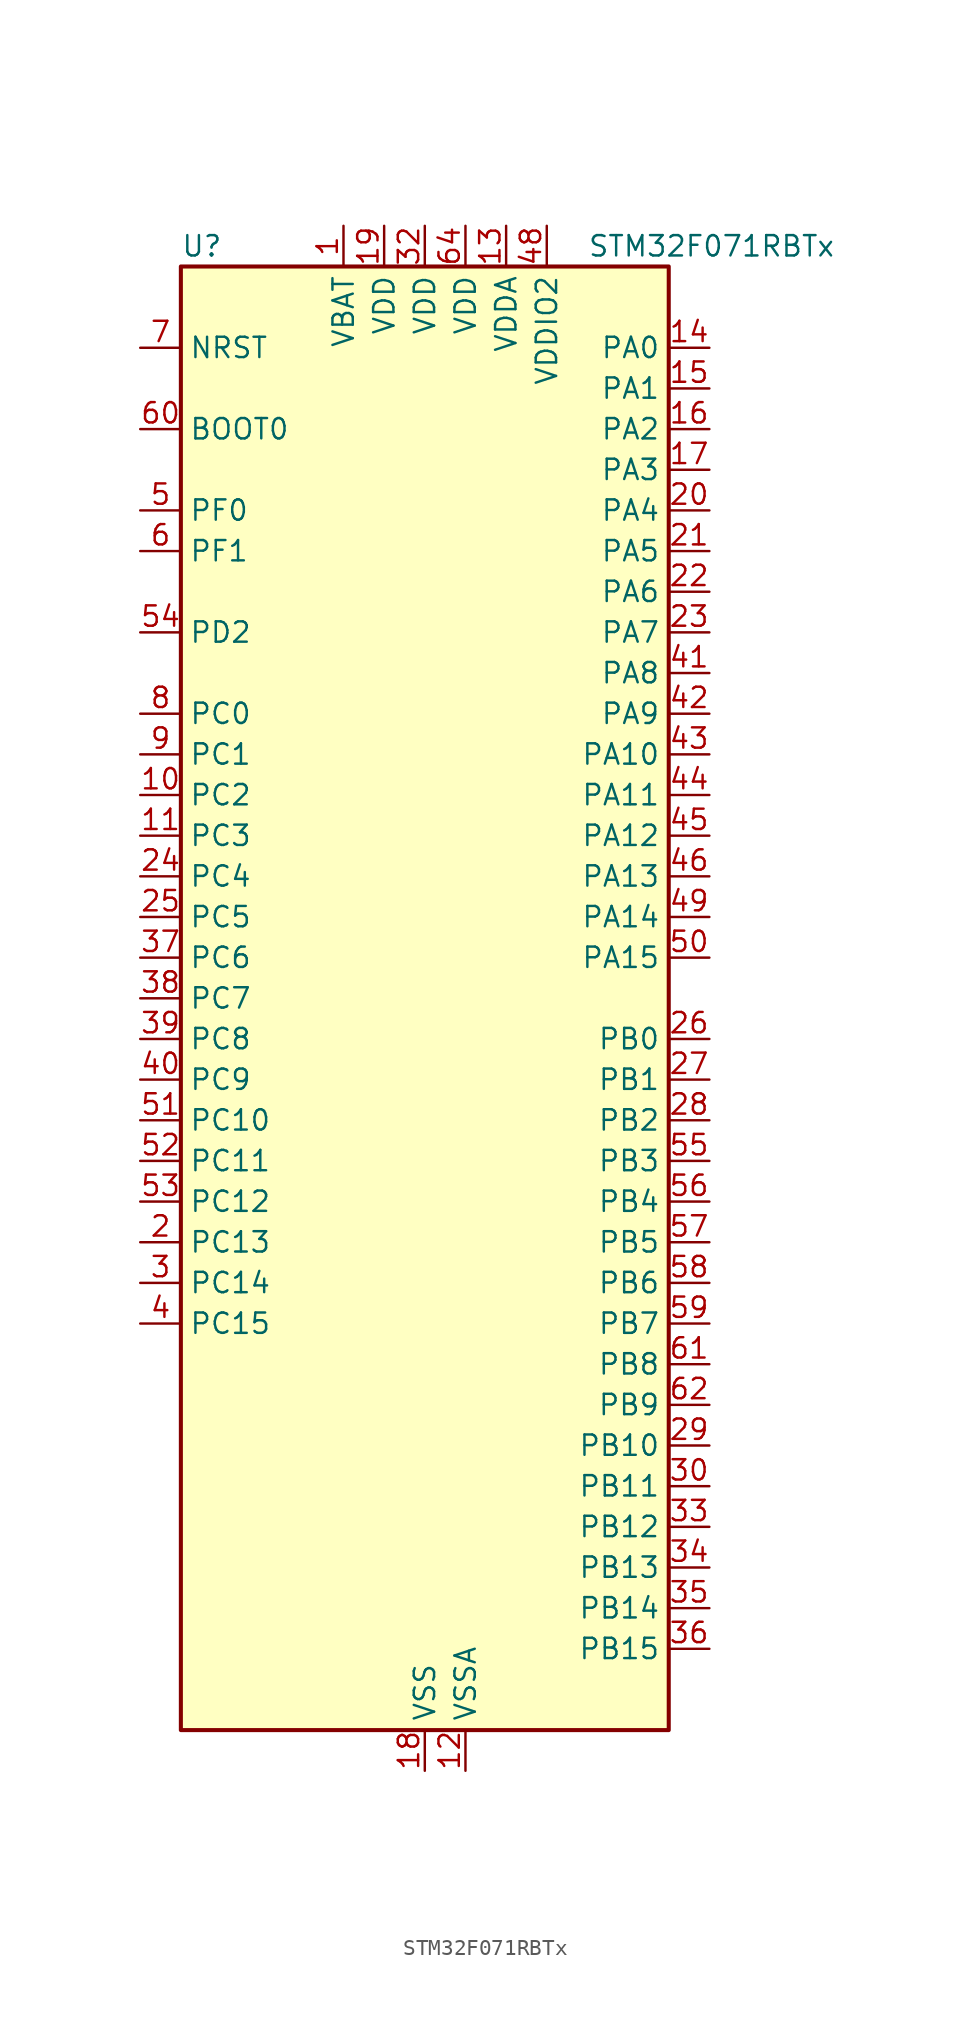
<source format=kicad_sym>
(kicad_symbol_lib
  (version 20241209)
  (generator "kicad_symbol_editor")
  (generator_version "9.0")
  (symbol "STM32F071RBTx"
    (property "Reference" "U"
      (at -15.24 46.99 0)
      (effects (font (size 1.27 1.27)) (justify left)))
    (property "Value" "STM32F071RBTx"
      (at 10.16 46.99 0)
      (effects (font (size 1.27 1.27)) (justify left)))
    (symbol "STM32F071RBTx_0_1"
      (rectangle (start -15.24 -45.72) (end 15.24 45.72) (stroke (width 0.254) (type default)) (fill (type background))))
    (symbol "STM32F071RBTx_1_1"
      (pin input line (at -17.78 40.64 0) (length 2.54) (name "NRST" (effects (font (size 1.27 1.27)))) (number "7" (effects (font (size 1.27 1.27)))))
      (pin input line (at -17.78 35.56 0) (length 2.54) (name "BOOT0" (effects (font (size 1.27 1.27)))) (number "60" (effects (font (size 1.27 1.27)))))
      (pin bidirectional line (at -17.78 30.48 0) (length 2.54) (name "PF0" (effects (font (size 1.27 1.27)))) (number "5" (effects (font (size 1.27 1.27)))) (alternate "CRS_SYNC" bidirectional line) (alternate "RCC_OSC_IN" bidirectional line))
      (pin bidirectional line (at -17.78 27.94 0) (length 2.54) (name "PF1" (effects (font (size 1.27 1.27)))) (number "6" (effects (font (size 1.27 1.27)))) (alternate "RCC_OSC_OUT" bidirectional line))
      (pin bidirectional line (at -17.78 22.86 0) (length 2.54) (name "PD2" (effects (font (size 1.27 1.27)))) (number "54" (effects (font (size 1.27 1.27)))) (alternate "TIM3_ETR" bidirectional line) (alternate "USART3_DE" bidirectional line) (alternate "USART3_RTS" bidirectional line))
      (pin bidirectional line (at -17.78 17.78 0) (length 2.54) (name "PC0" (effects (font (size 1.27 1.27)))) (number "8" (effects (font (size 1.27 1.27)))) (alternate "ADC_IN10" bidirectional line))
      (pin bidirectional line (at -17.78 15.24 0) (length 2.54) (name "PC1" (effects (font (size 1.27 1.27)))) (number "9" (effects (font (size 1.27 1.27)))) (alternate "ADC_IN11" bidirectional line))
      (pin bidirectional line (at -17.78 12.7 0) (length 2.54) (name "PC2" (effects (font (size 1.27 1.27)))) (number "10" (effects (font (size 1.27 1.27)))) (alternate "ADC_IN12" bidirectional line) (alternate "I2S2_MCK" bidirectional line) (alternate "SPI2_MISO" bidirectional line))
      (pin bidirectional line (at -17.78 10.16 0) (length 2.54) (name "PC3" (effects (font (size 1.27 1.27)))) (number "11" (effects (font (size 1.27 1.27)))) (alternate "ADC_IN13" bidirectional line) (alternate "I2S2_SD" bidirectional line) (alternate "SPI2_MOSI" bidirectional line))
      (pin bidirectional line (at -17.78 7.62 0) (length 2.54) (name "PC4" (effects (font (size 1.27 1.27)))) (number "24" (effects (font (size 1.27 1.27)))) (alternate "ADC_IN14" bidirectional line) (alternate "USART3_TX" bidirectional line))
      (pin bidirectional line (at -17.78 5.08 0) (length 2.54) (name "PC5" (effects (font (size 1.27 1.27)))) (number "25" (effects (font (size 1.27 1.27)))) (alternate "ADC_IN15" bidirectional line) (alternate "SYS_WKUP5" bidirectional line) (alternate "TSC_G3_IO1" bidirectional line) (alternate "USART3_RX" bidirectional line))
      (pin bidirectional line (at -17.78 2.54 0) (length 2.54) (name "PC6" (effects (font (size 1.27 1.27)))) (number "37" (effects (font (size 1.27 1.27)))) (alternate "TIM3_CH1" bidirectional line))
      (pin bidirectional line (at -17.78 0 0) (length 2.54) (name "PC7" (effects (font (size 1.27 1.27)))) (number "38" (effects (font (size 1.27 1.27)))) (alternate "TIM3_CH2" bidirectional line))
      (pin bidirectional line (at -17.78 -2.54 0) (length 2.54) (name "PC8" (effects (font (size 1.27 1.27)))) (number "39" (effects (font (size 1.27 1.27)))) (alternate "TIM3_CH3" bidirectional line))
      (pin bidirectional line (at -17.78 -5.08 0) (length 2.54) (name "PC9" (effects (font (size 1.27 1.27)))) (number "40" (effects (font (size 1.27 1.27)))) (alternate "DAC_EXTI9" bidirectional line) (alternate "TIM3_CH4" bidirectional line))
      (pin bidirectional line (at -17.78 -7.62 0) (length 2.54) (name "PC10" (effects (font (size 1.27 1.27)))) (number "51" (effects (font (size 1.27 1.27)))) (alternate "USART3_TX" bidirectional line) (alternate "USART4_TX" bidirectional line))
      (pin bidirectional line (at -17.78 -10.16 0) (length 2.54) (name "PC11" (effects (font (size 1.27 1.27)))) (number "52" (effects (font (size 1.27 1.27)))) (alternate "USART3_RX" bidirectional line) (alternate "USART4_RX" bidirectional line))
      (pin bidirectional line (at -17.78 -12.7 0) (length 2.54) (name "PC12" (effects (font (size 1.27 1.27)))) (number "53" (effects (font (size 1.27 1.27)))) (alternate "USART3_CK" bidirectional line) (alternate "USART4_CK" bidirectional line))
      (pin bidirectional line (at -17.78 -15.24 0) (length 2.54) (name "PC13" (effects (font (size 1.27 1.27)))) (number "2" (effects (font (size 1.27 1.27)))) (alternate "RTC_OUT_ALARM" bidirectional line) (alternate "RTC_OUT_CALIB" bidirectional line) (alternate "RTC_TAMP1" bidirectional line) (alternate "RTC_TS" bidirectional line) (alternate "SYS_WKUP2" bidirectional line))
      (pin bidirectional line (at -17.78 -17.78 0) (length 2.54) (name "PC14" (effects (font (size 1.27 1.27)))) (number "3" (effects (font (size 1.27 1.27)))) (alternate "RCC_OSC32_IN" bidirectional line))
      (pin bidirectional line (at -17.78 -20.32 0) (length 2.54) (name "PC15" (effects (font (size 1.27 1.27)))) (number "4" (effects (font (size 1.27 1.27)))) (alternate "RCC_OSC32_OUT" bidirectional line))
      (pin power_in line (at -5.08 48.26 270) (length 2.54) (name "VBAT" (effects (font (size 1.27 1.27)))) (number "1" (effects (font (size 1.27 1.27)))))
      (pin power_in line (at -2.54 48.26 270) (length 2.54) (name "VDD" (effects (font (size 1.27 1.27)))) (number "19" (effects (font (size 1.27 1.27)))))
      (pin power_in line (at 0 48.26 270) (length 2.54) (name "VDD" (effects (font (size 1.27 1.27)))) (number "32" (effects (font (size 1.27 1.27)))))
      (pin power_in line (at 0 -48.26 90) (length 2.54) (name "VSS" (effects (font (size 1.27 1.27)))) (number "18" (effects (font (size 1.27 1.27)))))
      (pin passive line (at 0 -48.26 90) (length 2.54) (hide yes) (name "VSS" (effects (font (size 1.27 1.27)))) (number "31" (effects (font (size 1.27 1.27)))))
      (pin passive line (at 0 -48.26 90) (length 2.54) (hide yes) (name "VSS" (effects (font (size 1.27 1.27)))) (number "47" (effects (font (size 1.27 1.27)))))
      (pin passive line (at 0 -48.26 90) (length 2.54) (hide yes) (name "VSS" (effects (font (size 1.27 1.27)))) (number "63" (effects (font (size 1.27 1.27)))))
      (pin power_in line (at 2.54 48.26 270) (length 2.54) (name "VDD" (effects (font (size 1.27 1.27)))) (number "64" (effects (font (size 1.27 1.27)))))
      (pin power_in line (at 2.54 -48.26 90) (length 2.54) (name "VSSA" (effects (font (size 1.27 1.27)))) (number "12" (effects (font (size 1.27 1.27)))))
      (pin power_in line (at 5.08 48.26 270) (length 2.54) (name "VDDA" (effects (font (size 1.27 1.27)))) (number "13" (effects (font (size 1.27 1.27)))))
      (pin power_in line (at 7.62 48.26 270) (length 2.54) (name "VDDIO2" (effects (font (size 1.27 1.27)))) (number "48" (effects (font (size 1.27 1.27)))))
      (pin bidirectional line (at 17.78 40.64 180) (length 2.54) (name "PA0" (effects (font (size 1.27 1.27)))) (number "14" (effects (font (size 1.27 1.27)))) (alternate "ADC_IN0" bidirectional line) (alternate "COMP1_INM" bidirectional line) (alternate "COMP1_OUT" bidirectional line) (alternate "RTC_TAMP2" bidirectional line) (alternate "SYS_WKUP1" bidirectional line) (alternate "TIM2_CH1" bidirectional line) (alternate "TIM2_ETR" bidirectional line) (alternate "TSC_G1_IO1" bidirectional line) (alternate "USART2_CTS" bidirectional line) (alternate "USART4_TX" bidirectional line))
      (pin bidirectional line (at 17.78 38.1 180) (length 2.54) (name "PA1" (effects (font (size 1.27 1.27)))) (number "15" (effects (font (size 1.27 1.27)))) (alternate "ADC_IN1" bidirectional line) (alternate "COMP1_INP" bidirectional line) (alternate "TIM15_CH1N" bidirectional line) (alternate "TIM2_CH2" bidirectional line) (alternate "TSC_G1_IO2" bidirectional line) (alternate "USART2_DE" bidirectional line) (alternate "USART2_RTS" bidirectional line) (alternate "USART4_RX" bidirectional line))
      (pin bidirectional line (at 17.78 35.56 180) (length 2.54) (name "PA2" (effects (font (size 1.27 1.27)))) (number "16" (effects (font (size 1.27 1.27)))) (alternate "ADC_IN2" bidirectional line) (alternate "COMP2_INM" bidirectional line) (alternate "COMP2_OUT" bidirectional line) (alternate "SYS_WKUP4" bidirectional line) (alternate "TIM15_CH1" bidirectional line) (alternate "TIM2_CH3" bidirectional line) (alternate "TSC_G1_IO3" bidirectional line) (alternate "USART2_TX" bidirectional line))
      (pin bidirectional line (at 17.78 33.02 180) (length 2.54) (name "PA3" (effects (font (size 1.27 1.27)))) (number "17" (effects (font (size 1.27 1.27)))) (alternate "ADC_IN3" bidirectional line) (alternate "COMP2_INP" bidirectional line) (alternate "TIM15_CH2" bidirectional line) (alternate "TIM2_CH4" bidirectional line) (alternate "TSC_G1_IO4" bidirectional line) (alternate "USART2_RX" bidirectional line))
      (pin bidirectional line (at 17.78 30.48 180) (length 2.54) (name "PA4" (effects (font (size 1.27 1.27)))) (number "20" (effects (font (size 1.27 1.27)))) (alternate "ADC_IN4" bidirectional line) (alternate "COMP1_INM" bidirectional line) (alternate "COMP2_INM" bidirectional line) (alternate "DAC_OUT1" bidirectional line) (alternate "I2S1_WS" bidirectional line) (alternate "SPI1_NSS" bidirectional line) (alternate "TIM14_CH1" bidirectional line) (alternate "TSC_G2_IO1" bidirectional line) (alternate "USART2_CK" bidirectional line))
      (pin bidirectional line (at 17.78 27.94 180) (length 2.54) (name "PA5" (effects (font (size 1.27 1.27)))) (number "21" (effects (font (size 1.27 1.27)))) (alternate "ADC_IN5" bidirectional line) (alternate "CEC" bidirectional line) (alternate "COMP1_INM" bidirectional line) (alternate "COMP2_INM" bidirectional line) (alternate "DAC_OUT2" bidirectional line) (alternate "I2S1_CK" bidirectional line) (alternate "SPI1_SCK" bidirectional line) (alternate "TIM2_CH1" bidirectional line) (alternate "TIM2_ETR" bidirectional line) (alternate "TSC_G2_IO2" bidirectional line))
      (pin bidirectional line (at 17.78 25.4 180) (length 2.54) (name "PA6" (effects (font (size 1.27 1.27)))) (number "22" (effects (font (size 1.27 1.27)))) (alternate "ADC_IN6" bidirectional line) (alternate "COMP1_OUT" bidirectional line) (alternate "I2S1_MCK" bidirectional line) (alternate "SPI1_MISO" bidirectional line) (alternate "TIM16_CH1" bidirectional line) (alternate "TIM1_BKIN" bidirectional line) (alternate "TIM3_CH1" bidirectional line) (alternate "TSC_G2_IO3" bidirectional line) (alternate "USART3_CTS" bidirectional line))
      (pin bidirectional line (at 17.78 22.86 180) (length 2.54) (name "PA7" (effects (font (size 1.27 1.27)))) (number "23" (effects (font (size 1.27 1.27)))) (alternate "ADC_IN7" bidirectional line) (alternate "COMP2_OUT" bidirectional line) (alternate "I2S1_SD" bidirectional line) (alternate "SPI1_MOSI" bidirectional line) (alternate "TIM14_CH1" bidirectional line) (alternate "TIM17_CH1" bidirectional line) (alternate "TIM1_CH1N" bidirectional line) (alternate "TIM3_CH2" bidirectional line) (alternate "TSC_G2_IO4" bidirectional line))
      (pin bidirectional line (at 17.78 20.32 180) (length 2.54) (name "PA8" (effects (font (size 1.27 1.27)))) (number "41" (effects (font (size 1.27 1.27)))) (alternate "CRS_SYNC" bidirectional line) (alternate "RCC_MCO" bidirectional line) (alternate "TIM1_CH1" bidirectional line) (alternate "USART1_CK" bidirectional line))
      (pin bidirectional line (at 17.78 17.78 180) (length 2.54) (name "PA9" (effects (font (size 1.27 1.27)))) (number "42" (effects (font (size 1.27 1.27)))) (alternate "DAC_EXTI9" bidirectional line) (alternate "TIM15_BKIN" bidirectional line) (alternate "TIM1_CH2" bidirectional line) (alternate "TSC_G4_IO1" bidirectional line) (alternate "USART1_TX" bidirectional line))
      (pin bidirectional line (at 17.78 15.24 180) (length 2.54) (name "PA10" (effects (font (size 1.27 1.27)))) (number "43" (effects (font (size 1.27 1.27)))) (alternate "TIM17_BKIN" bidirectional line) (alternate "TIM1_CH3" bidirectional line) (alternate "TSC_G4_IO2" bidirectional line) (alternate "USART1_RX" bidirectional line))
      (pin bidirectional line (at 17.78 12.7 180) (length 2.54) (name "PA11" (effects (font (size 1.27 1.27)))) (number "44" (effects (font (size 1.27 1.27)))) (alternate "COMP1_OUT" bidirectional line) (alternate "TIM1_CH4" bidirectional line) (alternate "TSC_G4_IO3" bidirectional line) (alternate "USART1_CTS" bidirectional line))
      (pin bidirectional line (at 17.78 10.16 180) (length 2.54) (name "PA12" (effects (font (size 1.27 1.27)))) (number "45" (effects (font (size 1.27 1.27)))) (alternate "COMP2_OUT" bidirectional line) (alternate "TIM1_ETR" bidirectional line) (alternate "TSC_G4_IO4" bidirectional line) (alternate "USART1_DE" bidirectional line) (alternate "USART1_RTS" bidirectional line))
      (pin bidirectional line (at 17.78 7.62 180) (length 2.54) (name "PA13" (effects (font (size 1.27 1.27)))) (number "46" (effects (font (size 1.27 1.27)))) (alternate "IR_OUT" bidirectional line) (alternate "SYS_SWDIO" bidirectional line))
      (pin bidirectional line (at 17.78 5.08 180) (length 2.54) (name "PA14" (effects (font (size 1.27 1.27)))) (number "49" (effects (font (size 1.27 1.27)))) (alternate "SYS_SWCLK" bidirectional line) (alternate "USART2_TX" bidirectional line))
      (pin bidirectional line (at 17.78 2.54 180) (length 2.54) (name "PA15" (effects (font (size 1.27 1.27)))) (number "50" (effects (font (size 1.27 1.27)))) (alternate "I2S1_WS" bidirectional line) (alternate "SPI1_NSS" bidirectional line) (alternate "TIM2_CH1" bidirectional line) (alternate "TIM2_ETR" bidirectional line) (alternate "USART2_RX" bidirectional line) (alternate "USART4_DE" bidirectional line) (alternate "USART4_RTS" bidirectional line))
      (pin bidirectional line (at 17.78 -2.54 180) (length 2.54) (name "PB0" (effects (font (size 1.27 1.27)))) (number "26" (effects (font (size 1.27 1.27)))) (alternate "ADC_IN8" bidirectional line) (alternate "TIM1_CH2N" bidirectional line) (alternate "TIM3_CH3" bidirectional line) (alternate "TSC_G3_IO2" bidirectional line) (alternate "USART3_CK" bidirectional line))
      (pin bidirectional line (at 17.78 -5.08 180) (length 2.54) (name "PB1" (effects (font (size 1.27 1.27)))) (number "27" (effects (font (size 1.27 1.27)))) (alternate "ADC_IN9" bidirectional line) (alternate "TIM14_CH1" bidirectional line) (alternate "TIM1_CH3N" bidirectional line) (alternate "TIM3_CH4" bidirectional line) (alternate "TSC_G3_IO3" bidirectional line) (alternate "USART3_DE" bidirectional line) (alternate "USART3_RTS" bidirectional line))
      (pin bidirectional line (at 17.78 -7.62 180) (length 2.54) (name "PB2" (effects (font (size 1.27 1.27)))) (number "28" (effects (font (size 1.27 1.27)))) (alternate "TSC_G3_IO4" bidirectional line))
      (pin bidirectional line (at 17.78 -10.16 180) (length 2.54) (name "PB3" (effects (font (size 1.27 1.27)))) (number "55" (effects (font (size 1.27 1.27)))) (alternate "I2S1_CK" bidirectional line) (alternate "SPI1_SCK" bidirectional line) (alternate "TIM2_CH2" bidirectional line) (alternate "TSC_G5_IO1" bidirectional line))
      (pin bidirectional line (at 17.78 -12.7 180) (length 2.54) (name "PB4" (effects (font (size 1.27 1.27)))) (number "56" (effects (font (size 1.27 1.27)))) (alternate "I2S1_MCK" bidirectional line) (alternate "SPI1_MISO" bidirectional line) (alternate "TIM17_BKIN" bidirectional line) (alternate "TIM3_CH1" bidirectional line) (alternate "TSC_G5_IO2" bidirectional line))
      (pin bidirectional line (at 17.78 -15.24 180) (length 2.54) (name "PB5" (effects (font (size 1.27 1.27)))) (number "57" (effects (font (size 1.27 1.27)))) (alternate "I2C1_SMBA" bidirectional line) (alternate "I2S1_SD" bidirectional line) (alternate "SPI1_MOSI" bidirectional line) (alternate "SYS_WKUP6" bidirectional line) (alternate "TIM16_BKIN" bidirectional line) (alternate "TIM3_CH2" bidirectional line))
      (pin bidirectional line (at 17.78 -17.78 180) (length 2.54) (name "PB6" (effects (font (size 1.27 1.27)))) (number "58" (effects (font (size 1.27 1.27)))) (alternate "I2C1_SCL" bidirectional line) (alternate "TIM16_CH1N" bidirectional line) (alternate "TSC_G5_IO3" bidirectional line) (alternate "USART1_TX" bidirectional line))
      (pin bidirectional line (at 17.78 -20.32 180) (length 2.54) (name "PB7" (effects (font (size 1.27 1.27)))) (number "59" (effects (font (size 1.27 1.27)))) (alternate "I2C1_SDA" bidirectional line) (alternate "TIM17_CH1N" bidirectional line) (alternate "TSC_G5_IO4" bidirectional line) (alternate "USART1_RX" bidirectional line) (alternate "USART4_CTS" bidirectional line))
      (pin bidirectional line (at 17.78 -22.86 180) (length 2.54) (name "PB8" (effects (font (size 1.27 1.27)))) (number "61" (effects (font (size 1.27 1.27)))) (alternate "CEC" bidirectional line) (alternate "I2C1_SCL" bidirectional line) (alternate "TIM16_CH1" bidirectional line) (alternate "TSC_SYNC" bidirectional line))
      (pin bidirectional line (at 17.78 -25.4 180) (length 2.54) (name "PB9" (effects (font (size 1.27 1.27)))) (number "62" (effects (font (size 1.27 1.27)))) (alternate "DAC_EXTI9" bidirectional line) (alternate "I2C1_SDA" bidirectional line) (alternate "I2S2_WS" bidirectional line) (alternate "IR_OUT" bidirectional line) (alternate "SPI2_NSS" bidirectional line) (alternate "TIM17_CH1" bidirectional line))
      (pin bidirectional line (at 17.78 -27.94 180) (length 2.54) (name "PB10" (effects (font (size 1.27 1.27)))) (number "29" (effects (font (size 1.27 1.27)))) (alternate "CEC" bidirectional line) (alternate "I2C2_SCL" bidirectional line) (alternate "I2S2_CK" bidirectional line) (alternate "SPI2_SCK" bidirectional line) (alternate "TIM2_CH3" bidirectional line) (alternate "TSC_SYNC" bidirectional line) (alternate "USART3_TX" bidirectional line))
      (pin bidirectional line (at 17.78 -30.48 180) (length 2.54) (name "PB11" (effects (font (size 1.27 1.27)))) (number "30" (effects (font (size 1.27 1.27)))) (alternate "I2C2_SDA" bidirectional line) (alternate "TIM2_CH4" bidirectional line) (alternate "TSC_G6_IO1" bidirectional line) (alternate "USART3_RX" bidirectional line))
      (pin bidirectional line (at 17.78 -33.02 180) (length 2.54) (name "PB12" (effects (font (size 1.27 1.27)))) (number "33" (effects (font (size 1.27 1.27)))) (alternate "I2S2_WS" bidirectional line) (alternate "SPI2_NSS" bidirectional line) (alternate "TIM15_BKIN" bidirectional line) (alternate "TIM1_BKIN" bidirectional line) (alternate "TSC_G6_IO2" bidirectional line) (alternate "USART3_CK" bidirectional line))
      (pin bidirectional line (at 17.78 -35.56 180) (length 2.54) (name "PB13" (effects (font (size 1.27 1.27)))) (number "34" (effects (font (size 1.27 1.27)))) (alternate "I2C2_SCL" bidirectional line) (alternate "I2S2_CK" bidirectional line) (alternate "SPI2_SCK" bidirectional line) (alternate "TIM1_CH1N" bidirectional line) (alternate "TSC_G6_IO3" bidirectional line) (alternate "USART3_CTS" bidirectional line))
      (pin bidirectional line (at 17.78 -38.1 180) (length 2.54) (name "PB14" (effects (font (size 1.27 1.27)))) (number "35" (effects (font (size 1.27 1.27)))) (alternate "I2C2_SDA" bidirectional line) (alternate "I2S2_MCK" bidirectional line) (alternate "SPI2_MISO" bidirectional line) (alternate "TIM15_CH1" bidirectional line) (alternate "TIM1_CH2N" bidirectional line) (alternate "TSC_G6_IO4" bidirectional line) (alternate "USART3_DE" bidirectional line) (alternate "USART3_RTS" bidirectional line))
      (pin bidirectional line (at 17.78 -40.64 180) (length 2.54) (name "PB15" (effects (font (size 1.27 1.27)))) (number "36" (effects (font (size 1.27 1.27)))) (alternate "I2S2_SD" bidirectional line) (alternate "RTC_REFIN" bidirectional line) (alternate "SPI2_MOSI" bidirectional line) (alternate "SYS_WKUP7" bidirectional line) (alternate "TIM15_CH1N" bidirectional line) (alternate "TIM15_CH2" bidirectional line) (alternate "TIM1_CH3N" bidirectional line)))))
</source>
